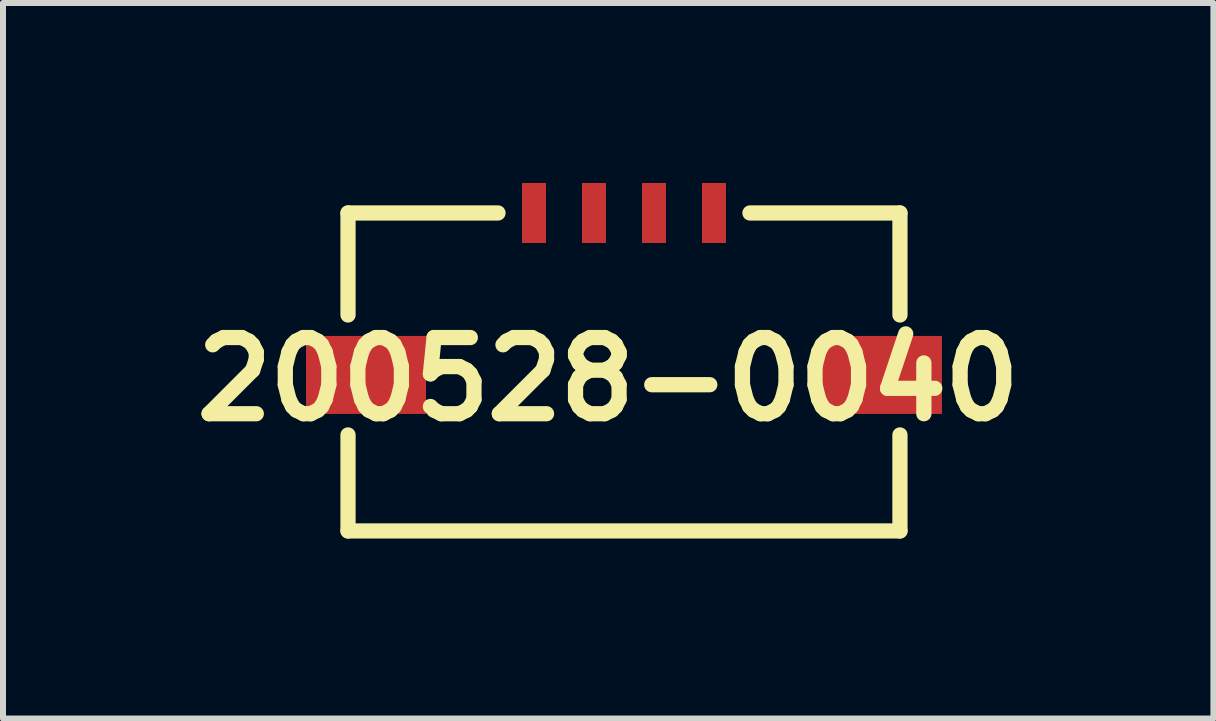
<source format=kicad_pcb>
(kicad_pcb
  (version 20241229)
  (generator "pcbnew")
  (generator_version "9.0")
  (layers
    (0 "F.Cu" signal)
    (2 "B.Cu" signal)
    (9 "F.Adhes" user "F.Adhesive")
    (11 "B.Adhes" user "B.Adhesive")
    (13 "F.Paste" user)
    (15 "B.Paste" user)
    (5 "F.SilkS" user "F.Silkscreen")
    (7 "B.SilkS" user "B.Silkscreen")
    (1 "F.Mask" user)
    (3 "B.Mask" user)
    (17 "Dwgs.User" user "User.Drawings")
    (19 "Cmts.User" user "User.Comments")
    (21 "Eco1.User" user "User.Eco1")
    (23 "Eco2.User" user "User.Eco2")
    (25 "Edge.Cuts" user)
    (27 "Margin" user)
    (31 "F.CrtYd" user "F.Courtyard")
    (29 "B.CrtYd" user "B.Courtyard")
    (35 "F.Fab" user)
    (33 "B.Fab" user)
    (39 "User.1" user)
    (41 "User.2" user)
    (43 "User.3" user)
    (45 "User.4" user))
  (footprint "200528-0040"
    (layer "F.Cu")
    (at 7.351 0.5)
    (property "Reference" "200528-0040" (at -0.263 2.772 0) (layer "F.SilkS") (effects (font (size 1.27 1.27) (thickness 0.254))))
    (attr smd)
    (fp_line (start -4.6 0) (end -4.6 1.7) (stroke (width 0.254) (type solid)) (layer "F.SilkS"))
    (fp_line (start -4.6 0) (end -2.1 0) (stroke (width 0.254) (type solid)) (layer "F.SilkS"))
    (fp_line (start -4.6 5.3) (end -4.6 3.7) (stroke (width 0.254) (type solid)) (layer "F.SilkS"))
    (fp_line (start -4.6 5.3) (end 4.6 5.3) (stroke (width 0.254) (type solid)) (layer "F.SilkS"))
    (fp_line (start 4.6 0) (end 2.1 0) (stroke (width 0.254) (type solid)) (layer "F.SilkS"))
    (fp_line (start 4.6 0) (end 4.6 1.7) (stroke (width 0.254) (type solid)) (layer "F.SilkS"))
    (fp_line (start 4.6 5.3) (end 4.6 3.7) (stroke (width 0.254) (type solid)) (layer "F.SilkS"))
    (pad "1" smd rect (at -1.5 0) (size 0.4 1) (layers "F.Cu" "F.Mask" "F.Paste"))
    (pad "2" smd rect (at -0.5 0) (size 0.4 1) (layers "F.Cu" "F.Mask" "F.Paste"))
    (pad "3" smd rect (at 0.5 0) (size 0.4 1) (layers "F.Cu" "F.Mask" "F.Paste"))
    (pad "4" smd rect (at 1.5 0) (size 0.4 1) (layers "F.Cu" "F.Mask" "F.Paste"))
    (pad "5" smd rect (at -4.3 2.7 90) (size 1.3 2) (layers "F.Cu" "F.Mask" "F.Paste"))
    (pad "6" smd rect (at 4.3 2.7 90) (size 1.3 2) (layers "F.Cu" "F.Mask" "F.Paste")))
  (gr_rect
    (start -3 -3)
    (end 17.176 8.927)
    (stroke (width 0.1) (type default))
    (fill no)
    (layer "Edge.Cuts")))
</source>
